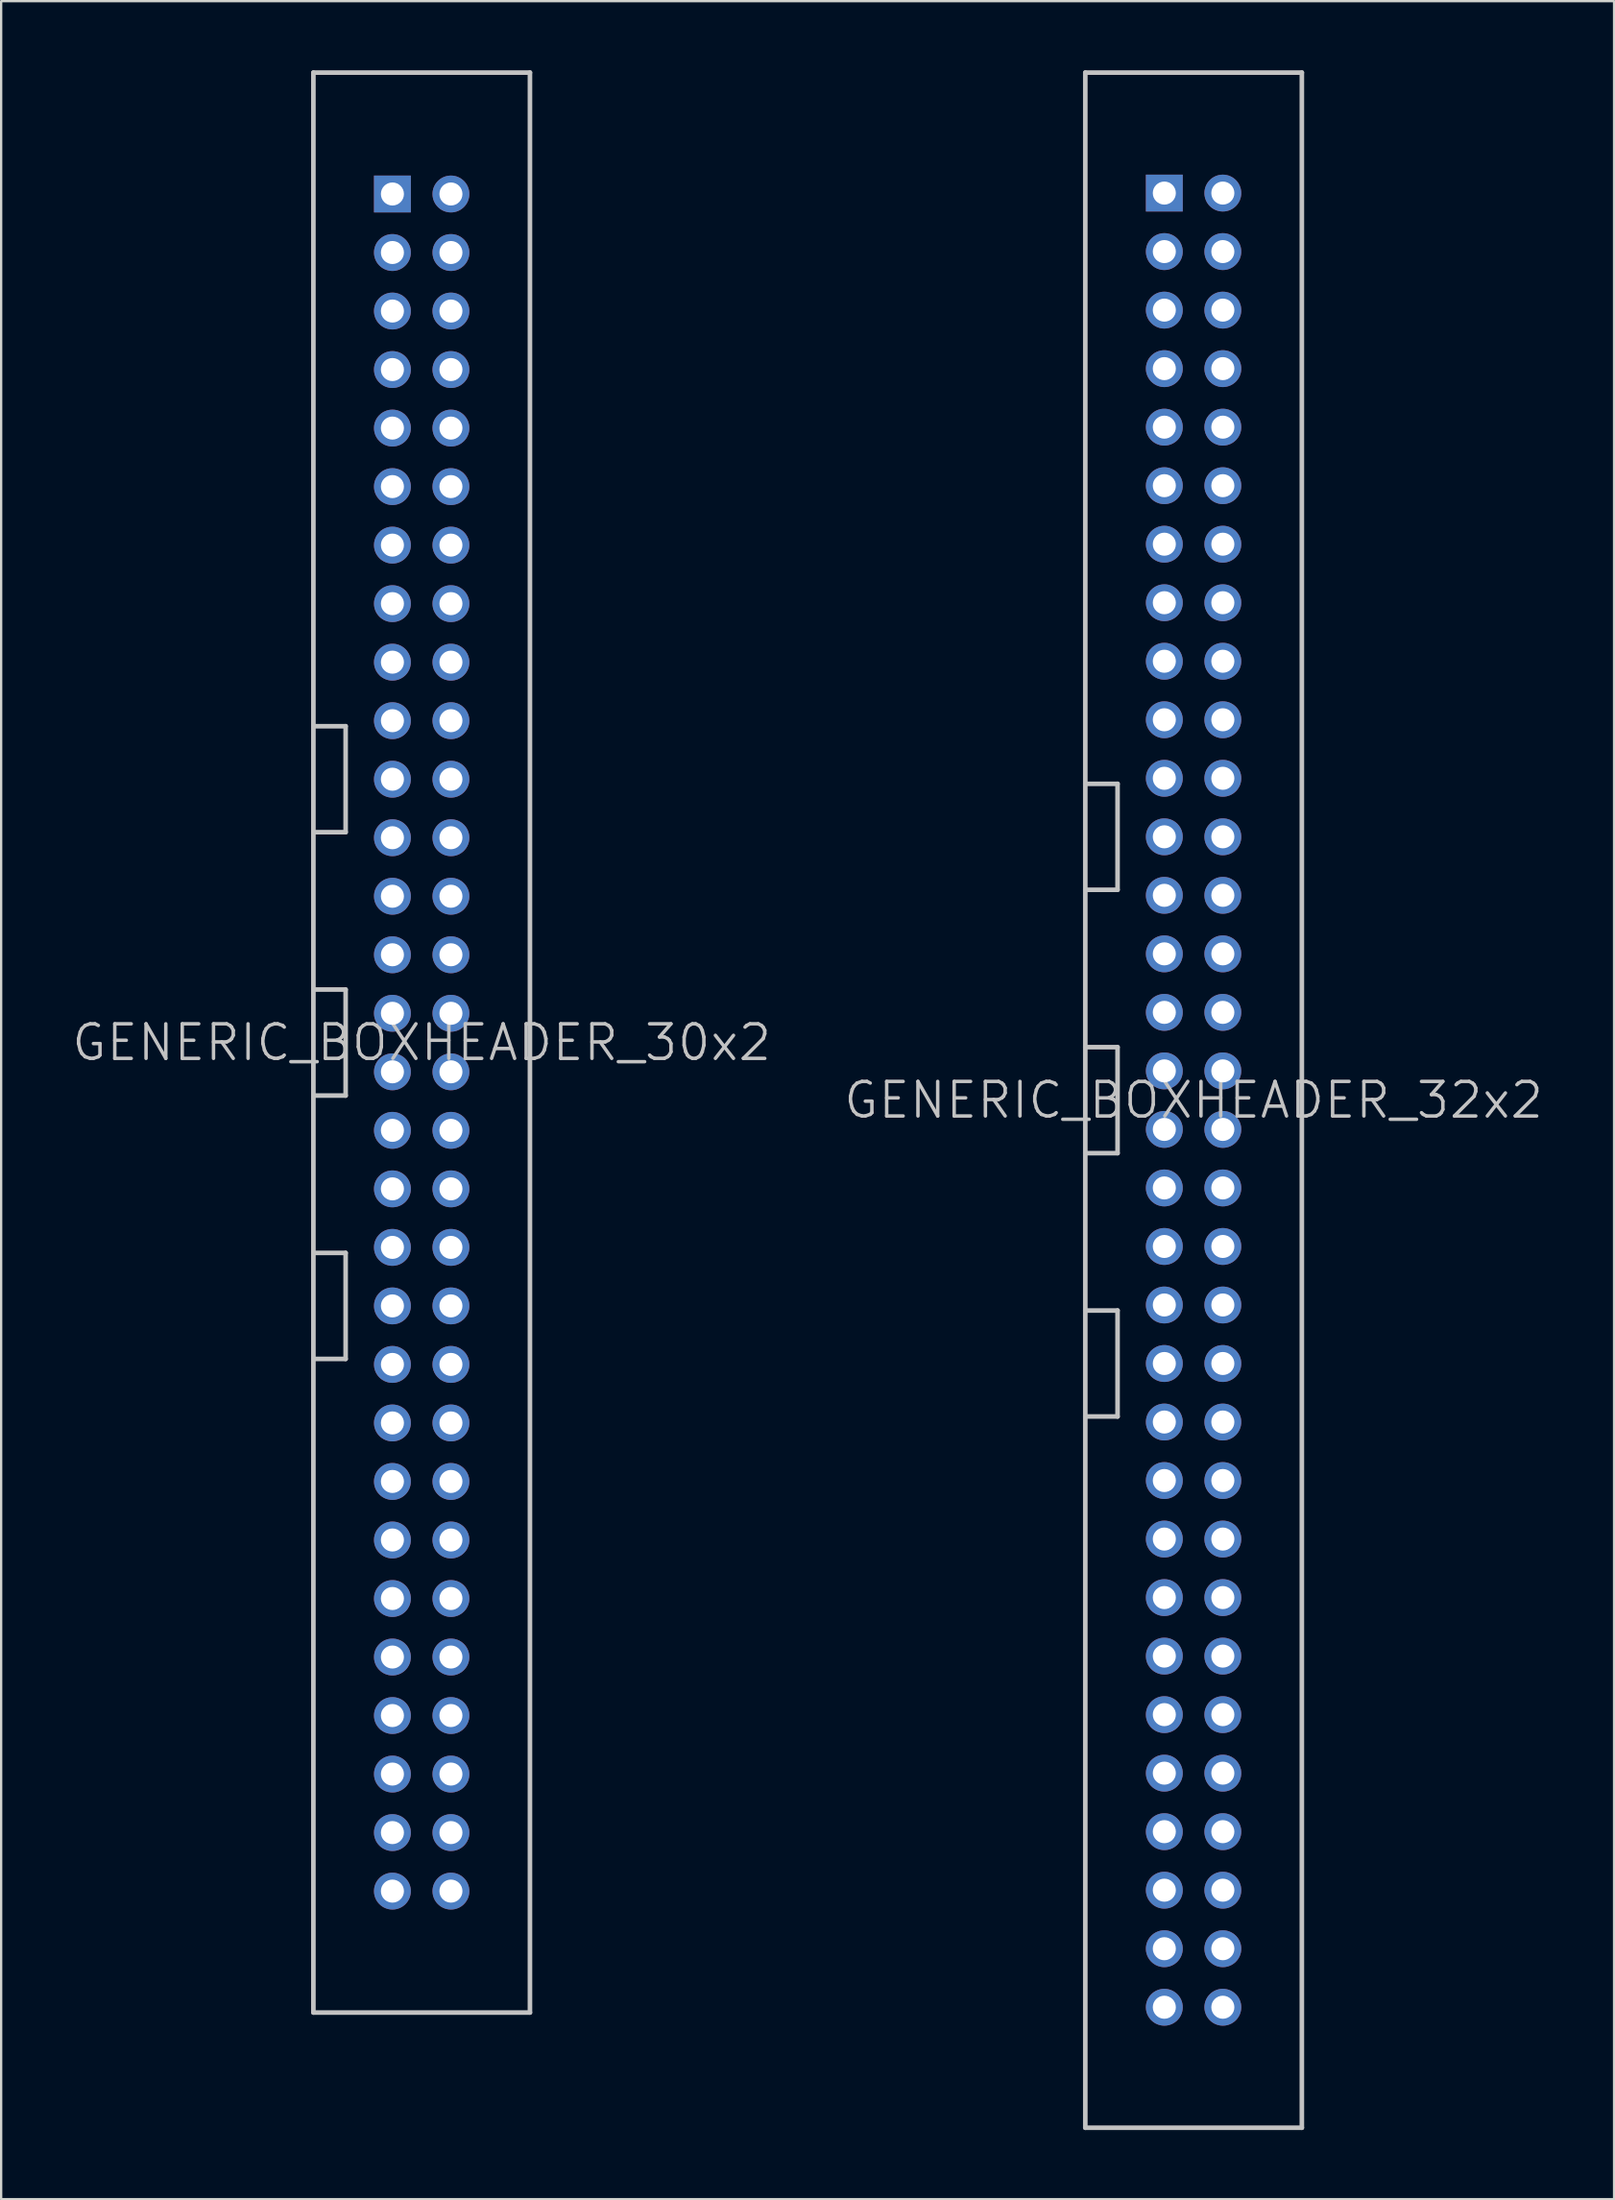
<source format=kicad_pcb>
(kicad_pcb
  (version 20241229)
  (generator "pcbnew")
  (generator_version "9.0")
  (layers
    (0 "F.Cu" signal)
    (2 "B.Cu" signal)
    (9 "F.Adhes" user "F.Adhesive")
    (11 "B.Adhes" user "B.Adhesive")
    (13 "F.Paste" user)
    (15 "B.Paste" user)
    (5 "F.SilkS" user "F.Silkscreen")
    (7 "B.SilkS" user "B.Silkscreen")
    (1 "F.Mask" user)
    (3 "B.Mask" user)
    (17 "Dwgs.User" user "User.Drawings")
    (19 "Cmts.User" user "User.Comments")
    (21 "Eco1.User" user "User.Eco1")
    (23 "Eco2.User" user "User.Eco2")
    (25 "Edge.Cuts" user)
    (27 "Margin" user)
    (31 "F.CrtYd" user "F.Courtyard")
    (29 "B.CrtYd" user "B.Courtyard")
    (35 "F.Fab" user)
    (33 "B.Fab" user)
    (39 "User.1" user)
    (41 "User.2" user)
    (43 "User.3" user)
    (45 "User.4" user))
  (footprint "GENERIC_BOXHEADER_32x2"
    (layer "F.Cu")
    (at 48.761 44.7)
    (property "Reference" "GENERIC_BOXHEADER_32x2" (at 0 0 180) (layer "Dwgs.User") (effects (font (size 1.5 1.5) (thickness 0.15))))
    (attr through_hole)
    (fp_line (start -4.7 -44.6) (end -4.7 44.6) (stroke (width 0.2) (type solid)) (layer "Dwgs.User"))
    (fp_line (start -4.7 -9.13) (end -3.3 -9.13) (stroke (width 0.2) (type solid)) (layer "Dwgs.User"))
    (fp_line (start -4.7 2.3) (end -3.3 2.3) (stroke (width 0.2) (type solid)) (layer "Dwgs.User"))
    (fp_line (start -4.7 13.73) (end -3.3 13.73) (stroke (width 0.2) (type solid)) (layer "Dwgs.User"))
    (fp_line (start -3.3 -13.73) (end -4.7 -13.73) (stroke (width 0.2) (type solid)) (layer "Dwgs.User"))
    (fp_line (start -3.3 -9.13) (end -3.3 -13.73) (stroke (width 0.2) (type solid)) (layer "Dwgs.User"))
    (fp_line (start -3.3 -2.3) (end -4.7 -2.3) (stroke (width 0.2) (type solid)) (layer "Dwgs.User"))
    (fp_line (start -3.3 2.3) (end -3.3 -2.3) (stroke (width 0.2) (type solid)) (layer "Dwgs.User"))
    (fp_line (start -3.3 9.13) (end -4.7 9.13) (stroke (width 0.2) (type solid)) (layer "Dwgs.User"))
    (fp_line (start -3.3 13.73) (end -3.3 9.13) (stroke (width 0.2) (type solid)) (layer "Dwgs.User"))
    (fp_line (start 4.7 -44.6) (end -4.7 -44.6) (stroke (width 0.2) (type solid)) (layer "Dwgs.User"))
    (fp_line (start 4.7 44.6) (end -4.7 44.6) (stroke (width 0.2) (type solid)) (layer "Dwgs.User"))
    (fp_line (start 4.7 44.6) (end 4.7 -44.6) (stroke (width 0.2) (type solid)) (layer "Dwgs.User"))
    (pad "1" thru_hole rect (at -1.27 -39.37) (size 1.6 1.6) (drill 1) (layers "*.Cu" "*.Mask"))
    (pad "2" thru_hole circle (at 1.27 -39.37 270) (size 1.6 1.6) (drill 1) (layers "*.Cu" "*.Mask"))
    (pad "3" thru_hole circle (at -1.27 -36.83 270) (size 1.6 1.6) (drill 1) (layers "*.Cu" "*.Mask"))
    (pad "4" thru_hole circle (at 1.27 -36.83 270) (size 1.6 1.6) (drill 1) (layers "*.Cu" "*.Mask"))
    (pad "5" thru_hole circle (at -1.27 -34.29 270) (size 1.6 1.6) (drill 1) (layers "*.Cu" "*.Mask"))
    (pad "6" thru_hole circle (at 1.27 -34.29 270) (size 1.6 1.6) (drill 1) (layers "*.Cu" "*.Mask"))
    (pad "7" thru_hole circle (at -1.27 -31.75 270) (size 1.6 1.6) (drill 1) (layers "*.Cu" "*.Mask"))
    (pad "8" thru_hole circle (at 1.27 -31.75 270) (size 1.6 1.6) (drill 1) (layers "*.Cu" "*.Mask"))
    (pad "9" thru_hole circle (at -1.27 -29.21 270) (size 1.6 1.6) (drill 1) (layers "*.Cu" "*.Mask"))
    (pad "10" thru_hole circle (at 1.27 -29.21 270) (size 1.6 1.6) (drill 1) (layers "*.Cu" "*.Mask"))
    (pad "11" thru_hole circle (at -1.27 -26.67 270) (size 1.6 1.6) (drill 1) (layers "*.Cu" "*.Mask"))
    (pad "12" thru_hole circle (at 1.27 -26.67 270) (size 1.6 1.6) (drill 1) (layers "*.Cu" "*.Mask"))
    (pad "13" thru_hole circle (at -1.27 -24.13 270) (size 1.6 1.6) (drill 1) (layers "*.Cu" "*.Mask"))
    (pad "14" thru_hole circle (at 1.27 -24.13 270) (size 1.6 1.6) (drill 1) (layers "*.Cu" "*.Mask"))
    (pad "15" thru_hole circle (at -1.27 -21.59 270) (size 1.6 1.6) (drill 1) (layers "*.Cu" "*.Mask"))
    (pad "16" thru_hole circle (at 1.27 -21.59 270) (size 1.6 1.6) (drill 1) (layers "*.Cu" "*.Mask"))
    (pad "17" thru_hole circle (at -1.27 -19.05 270) (size 1.6 1.6) (drill 1) (layers "*.Cu" "*.Mask"))
    (pad "18" thru_hole circle (at 1.27 -19.05 270) (size 1.6 1.6) (drill 1) (layers "*.Cu" "*.Mask"))
    (pad "19" thru_hole circle (at -1.27 -16.51 270) (size 1.6 1.6) (drill 1) (layers "*.Cu" "*.Mask"))
    (pad "20" thru_hole circle (at 1.27 -16.51 270) (size 1.6 1.6) (drill 1) (layers "*.Cu" "*.Mask"))
    (pad "21" thru_hole circle (at -1.27 -13.97 270) (size 1.6 1.6) (drill 1) (layers "*.Cu" "*.Mask"))
    (pad "22" thru_hole circle (at 1.27 -13.97 270) (size 1.6 1.6) (drill 1) (layers "*.Cu" "*.Mask"))
    (pad "23" thru_hole circle (at -1.27 -11.43 270) (size 1.6 1.6) (drill 1) (layers "*.Cu" "*.Mask"))
    (pad "24" thru_hole circle (at 1.27 -11.43 270) (size 1.6 1.6) (drill 1) (layers "*.Cu" "*.Mask"))
    (pad "25" thru_hole circle (at -1.27 -8.89 270) (size 1.6 1.6) (drill 1) (layers "*.Cu" "*.Mask"))
    (pad "26" thru_hole circle (at 1.27 -8.89 270) (size 1.6 1.6) (drill 1) (layers "*.Cu" "*.Mask"))
    (pad "27" thru_hole circle (at -1.27 -6.35 270) (size 1.6 1.6) (drill 1) (layers "*.Cu" "*.Mask"))
    (pad "28" thru_hole circle (at 1.27 -6.35 270) (size 1.6 1.6) (drill 1) (layers "*.Cu" "*.Mask"))
    (pad "29" thru_hole circle (at -1.27 -3.81 270) (size 1.6 1.6) (drill 1) (layers "*.Cu" "*.Mask"))
    (pad "30" thru_hole circle (at 1.27 -3.81 270) (size 1.6 1.6) (drill 1) (layers "*.Cu" "*.Mask"))
    (pad "31" thru_hole circle (at -1.27 -1.27 270) (size 1.6 1.6) (drill 1) (layers "*.Cu" "*.Mask"))
    (pad "32" thru_hole circle (at 1.27 -1.27 270) (size 1.6 1.6) (drill 1) (layers "*.Cu" "*.Mask"))
    (pad "33" thru_hole circle (at -1.27 1.27 270) (size 1.6 1.6) (drill 1) (layers "*.Cu" "*.Mask"))
    (pad "34" thru_hole circle (at 1.27 1.27 270) (size 1.6 1.6) (drill 1) (layers "*.Cu" "*.Mask"))
    (pad "35" thru_hole circle (at -1.27 3.81 270) (size 1.6 1.6) (drill 1) (layers "*.Cu" "*.Mask"))
    (pad "36" thru_hole circle (at 1.27 3.81 270) (size 1.6 1.6) (drill 1) (layers "*.Cu" "*.Mask"))
    (pad "37" thru_hole circle (at -1.27 6.35 270) (size 1.6 1.6) (drill 1) (layers "*.Cu" "*.Mask"))
    (pad "38" thru_hole circle (at 1.27 6.35 270) (size 1.6 1.6) (drill 1) (layers "*.Cu" "*.Mask"))
    (pad "39" thru_hole circle (at -1.27 8.89 270) (size 1.6 1.6) (drill 1) (layers "*.Cu" "*.Mask"))
    (pad "40" thru_hole circle (at 1.27 8.89 270) (size 1.6 1.6) (drill 1) (layers "*.Cu" "*.Mask"))
    (pad "41" thru_hole circle (at -1.27 11.43 270) (size 1.6 1.6) (drill 1) (layers "*.Cu" "*.Mask"))
    (pad "42" thru_hole circle (at 1.27 11.43 270) (size 1.6 1.6) (drill 1) (layers "*.Cu" "*.Mask"))
    (pad "43" thru_hole circle (at -1.27 13.97 270) (size 1.6 1.6) (drill 1) (layers "*.Cu" "*.Mask"))
    (pad "44" thru_hole circle (at 1.27 13.97 270) (size 1.6 1.6) (drill 1) (layers "*.Cu" "*.Mask"))
    (pad "45" thru_hole circle (at -1.27 16.51 270) (size 1.6 1.6) (drill 1) (layers "*.Cu" "*.Mask"))
    (pad "46" thru_hole circle (at 1.27 16.51 270) (size 1.6 1.6) (drill 1) (layers "*.Cu" "*.Mask"))
    (pad "47" thru_hole circle (at -1.27 19.05 270) (size 1.6 1.6) (drill 1) (layers "*.Cu" "*.Mask"))
    (pad "48" thru_hole circle (at 1.27 19.05 270) (size 1.6 1.6) (drill 1) (layers "*.Cu" "*.Mask"))
    (pad "49" thru_hole circle (at -1.27 21.59 270) (size 1.6 1.6) (drill 1) (layers "*.Cu" "*.Mask"))
    (pad "50" thru_hole circle (at 1.27 21.59 270) (size 1.6 1.6) (drill 1) (layers "*.Cu" "*.Mask"))
    (pad "51" thru_hole circle (at -1.27 24.13 270) (size 1.6 1.6) (drill 1) (layers "*.Cu" "*.Mask"))
    (pad "52" thru_hole circle (at 1.27 24.13 270) (size 1.6 1.6) (drill 1) (layers "*.Cu" "*.Mask"))
    (pad "53" thru_hole circle (at -1.27 26.67 270) (size 1.6 1.6) (drill 1) (layers "*.Cu" "*.Mask"))
    (pad "54" thru_hole circle (at 1.27 26.67 270) (size 1.6 1.6) (drill 1) (layers "*.Cu" "*.Mask"))
    (pad "55" thru_hole circle (at -1.27 29.21 270) (size 1.6 1.6) (drill 1) (layers "*.Cu" "*.Mask"))
    (pad "56" thru_hole circle (at 1.27 29.21 270) (size 1.6 1.6) (drill 1) (layers "*.Cu" "*.Mask"))
    (pad "57" thru_hole circle (at -1.27 31.75 270) (size 1.6 1.6) (drill 1) (layers "*.Cu" "*.Mask"))
    (pad "58" thru_hole circle (at 1.27 31.75 270) (size 1.6 1.6) (drill 1) (layers "*.Cu" "*.Mask"))
    (pad "59" thru_hole circle (at -1.27 34.29 270) (size 1.6 1.6) (drill 1) (layers "*.Cu" "*.Mask"))
    (pad "60" thru_hole circle (at 1.27 34.29 270) (size 1.6 1.6) (drill 1) (layers "*.Cu" "*.Mask"))
    (pad "61" thru_hole circle (at -1.27 36.83 270) (size 1.6 1.6) (drill 1) (layers "*.Cu" "*.Mask"))
    (pad "62" thru_hole circle (at 1.27 36.83 270) (size 1.6 1.6) (drill 1) (layers "*.Cu" "*.Mask"))
    (pad "63" thru_hole circle (at -1.27 39.37 270) (size 1.6 1.6) (drill 1) (layers "*.Cu" "*.Mask"))
    (pad "64" thru_hole circle (at 1.27 39.37 270) (size 1.6 1.6) (drill 1) (layers "*.Cu" "*.Mask")))
  (footprint "GENERIC_BOXHEADER_30x2"
    (layer "F.Cu")
    (at 15.254 42.2)
    (property "Reference" "GENERIC_BOXHEADER_30x2" (at 0 0 180) (layer "Dwgs.User") (effects (font (size 1.5 1.5) (thickness 0.15))))
    (attr through_hole)
    (fp_line (start -4.7 -42.1) (end -4.7 42.1) (stroke (width 0.2) (type solid)) (layer "Dwgs.User"))
    (fp_line (start -4.7 -9.13) (end -3.3 -9.13) (stroke (width 0.2) (type solid)) (layer "Dwgs.User"))
    (fp_line (start -4.7 2.3) (end -3.3 2.3) (stroke (width 0.2) (type solid)) (layer "Dwgs.User"))
    (fp_line (start -4.7 13.73) (end -3.3 13.73) (stroke (width 0.2) (type solid)) (layer "Dwgs.User"))
    (fp_line (start -3.3 -13.73) (end -4.7 -13.73) (stroke (width 0.2) (type solid)) (layer "Dwgs.User"))
    (fp_line (start -3.3 -9.13) (end -3.3 -13.73) (stroke (width 0.2) (type solid)) (layer "Dwgs.User"))
    (fp_line (start -3.3 -2.3) (end -4.7 -2.3) (stroke (width 0.2) (type solid)) (layer "Dwgs.User"))
    (fp_line (start -3.3 2.3) (end -3.3 -2.3) (stroke (width 0.2) (type solid)) (layer "Dwgs.User"))
    (fp_line (start -3.3 9.13) (end -4.7 9.13) (stroke (width 0.2) (type solid)) (layer "Dwgs.User"))
    (fp_line (start -3.3 13.73) (end -3.3 9.13) (stroke (width 0.2) (type solid)) (layer "Dwgs.User"))
    (fp_line (start 4.7 -42.1) (end -4.7 -42.1) (stroke (width 0.2) (type solid)) (layer "Dwgs.User"))
    (fp_line (start 4.7 42.1) (end -4.7 42.1) (stroke (width 0.2) (type solid)) (layer "Dwgs.User"))
    (fp_line (start 4.7 42.1) (end 4.7 -42.1) (stroke (width 0.2) (type solid)) (layer "Dwgs.User"))
    (pad "1" thru_hole rect (at -1.27 -36.83) (size 1.6 1.6) (drill 1) (layers "*.Cu" "*.Mask"))
    (pad "2" thru_hole circle (at 1.27 -36.83 270) (size 1.6 1.6) (drill 1) (layers "*.Cu" "*.Mask"))
    (pad "3" thru_hole circle (at -1.27 -34.29 270) (size 1.6 1.6) (drill 1) (layers "*.Cu" "*.Mask"))
    (pad "4" thru_hole circle (at 1.27 -34.29 270) (size 1.6 1.6) (drill 1) (layers "*.Cu" "*.Mask"))
    (pad "5" thru_hole circle (at -1.27 -31.75 270) (size 1.6 1.6) (drill 1) (layers "*.Cu" "*.Mask"))
    (pad "6" thru_hole circle (at 1.27 -31.75 270) (size 1.6 1.6) (drill 1) (layers "*.Cu" "*.Mask"))
    (pad "7" thru_hole circle (at -1.27 -29.21 270) (size 1.6 1.6) (drill 1) (layers "*.Cu" "*.Mask"))
    (pad "8" thru_hole circle (at 1.27 -29.21 270) (size 1.6 1.6) (drill 1) (layers "*.Cu" "*.Mask"))
    (pad "9" thru_hole circle (at -1.27 -26.67 270) (size 1.6 1.6) (drill 1) (layers "*.Cu" "*.Mask"))
    (pad "10" thru_hole circle (at 1.27 -26.67 270) (size 1.6 1.6) (drill 1) (layers "*.Cu" "*.Mask"))
    (pad "11" thru_hole circle (at -1.27 -24.13 270) (size 1.6 1.6) (drill 1) (layers "*.Cu" "*.Mask"))
    (pad "12" thru_hole circle (at 1.27 -24.13 270) (size 1.6 1.6) (drill 1) (layers "*.Cu" "*.Mask"))
    (pad "13" thru_hole circle (at -1.27 -21.59 270) (size 1.6 1.6) (drill 1) (layers "*.Cu" "*.Mask"))
    (pad "14" thru_hole circle (at 1.27 -21.59 270) (size 1.6 1.6) (drill 1) (layers "*.Cu" "*.Mask"))
    (pad "15" thru_hole circle (at -1.27 -19.05 270) (size 1.6 1.6) (drill 1) (layers "*.Cu" "*.Mask"))
    (pad "16" thru_hole circle (at 1.27 -19.05 270) (size 1.6 1.6) (drill 1) (layers "*.Cu" "*.Mask"))
    (pad "17" thru_hole circle (at -1.27 -16.51 270) (size 1.6 1.6) (drill 1) (layers "*.Cu" "*.Mask"))
    (pad "18" thru_hole circle (at 1.27 -16.51 270) (size 1.6 1.6) (drill 1) (layers "*.Cu" "*.Mask"))
    (pad "19" thru_hole circle (at -1.27 -13.97 270) (size 1.6 1.6) (drill 1) (layers "*.Cu" "*.Mask"))
    (pad "20" thru_hole circle (at 1.27 -13.97 270) (size 1.6 1.6) (drill 1) (layers "*.Cu" "*.Mask"))
    (pad "21" thru_hole circle (at -1.27 -11.43 270) (size 1.6 1.6) (drill 1) (layers "*.Cu" "*.Mask"))
    (pad "22" thru_hole circle (at 1.27 -11.43 270) (size 1.6 1.6) (drill 1) (layers "*.Cu" "*.Mask"))
    (pad "23" thru_hole circle (at -1.27 -8.89 270) (size 1.6 1.6) (drill 1) (layers "*.Cu" "*.Mask"))
    (pad "24" thru_hole circle (at 1.27 -8.89 270) (size 1.6 1.6) (drill 1) (layers "*.Cu" "*.Mask"))
    (pad "25" thru_hole circle (at -1.27 -6.35 270) (size 1.6 1.6) (drill 1) (layers "*.Cu" "*.Mask"))
    (pad "26" thru_hole circle (at 1.27 -6.35 270) (size 1.6 1.6) (drill 1) (layers "*.Cu" "*.Mask"))
    (pad "27" thru_hole circle (at -1.27 -3.81 270) (size 1.6 1.6) (drill 1) (layers "*.Cu" "*.Mask"))
    (pad "28" thru_hole circle (at 1.27 -3.81 270) (size 1.6 1.6) (drill 1) (layers "*.Cu" "*.Mask"))
    (pad "29" thru_hole circle (at -1.27 -1.27 270) (size 1.6 1.6) (drill 1) (layers "*.Cu" "*.Mask"))
    (pad "30" thru_hole circle (at 1.27 -1.27 270) (size 1.6 1.6) (drill 1) (layers "*.Cu" "*.Mask"))
    (pad "31" thru_hole circle (at -1.27 1.27 270) (size 1.6 1.6) (drill 1) (layers "*.Cu" "*.Mask"))
    (pad "32" thru_hole circle (at 1.27 1.27 270) (size 1.6 1.6) (drill 1) (layers "*.Cu" "*.Mask"))
    (pad "33" thru_hole circle (at -1.27 3.81 270) (size 1.6 1.6) (drill 1) (layers "*.Cu" "*.Mask"))
    (pad "34" thru_hole circle (at 1.27 3.81 270) (size 1.6 1.6) (drill 1) (layers "*.Cu" "*.Mask"))
    (pad "35" thru_hole circle (at -1.27 6.35 270) (size 1.6 1.6) (drill 1) (layers "*.Cu" "*.Mask"))
    (pad "36" thru_hole circle (at 1.27 6.35 270) (size 1.6 1.6) (drill 1) (layers "*.Cu" "*.Mask"))
    (pad "37" thru_hole circle (at -1.27 8.89 270) (size 1.6 1.6) (drill 1) (layers "*.Cu" "*.Mask"))
    (pad "38" thru_hole circle (at 1.27 8.89 270) (size 1.6 1.6) (drill 1) (layers "*.Cu" "*.Mask"))
    (pad "39" thru_hole circle (at -1.27 11.43 270) (size 1.6 1.6) (drill 1) (layers "*.Cu" "*.Mask"))
    (pad "40" thru_hole circle (at 1.27 11.43 270) (size 1.6 1.6) (drill 1) (layers "*.Cu" "*.Mask"))
    (pad "41" thru_hole circle (at -1.27 13.97 270) (size 1.6 1.6) (drill 1) (layers "*.Cu" "*.Mask"))
    (pad "42" thru_hole circle (at 1.27 13.97 270) (size 1.6 1.6) (drill 1) (layers "*.Cu" "*.Mask"))
    (pad "43" thru_hole circle (at -1.27 16.51 270) (size 1.6 1.6) (drill 1) (layers "*.Cu" "*.Mask"))
    (pad "44" thru_hole circle (at 1.27 16.51 270) (size 1.6 1.6) (drill 1) (layers "*.Cu" "*.Mask"))
    (pad "45" thru_hole circle (at -1.27 19.05 270) (size 1.6 1.6) (drill 1) (layers "*.Cu" "*.Mask"))
    (pad "46" thru_hole circle (at 1.27 19.05 270) (size 1.6 1.6) (drill 1) (layers "*.Cu" "*.Mask"))
    (pad "47" thru_hole circle (at -1.27 21.59 270) (size 1.6 1.6) (drill 1) (layers "*.Cu" "*.Mask"))
    (pad "48" thru_hole circle (at 1.27 21.59 270) (size 1.6 1.6) (drill 1) (layers "*.Cu" "*.Mask"))
    (pad "49" thru_hole circle (at -1.27 24.13 270) (size 1.6 1.6) (drill 1) (layers "*.Cu" "*.Mask"))
    (pad "50" thru_hole circle (at 1.27 24.13 270) (size 1.6 1.6) (drill 1) (layers "*.Cu" "*.Mask"))
    (pad "51" thru_hole circle (at -1.27 26.67 270) (size 1.6 1.6) (drill 1) (layers "*.Cu" "*.Mask"))
    (pad "52" thru_hole circle (at 1.27 26.67 270) (size 1.6 1.6) (drill 1) (layers "*.Cu" "*.Mask"))
    (pad "53" thru_hole circle (at -1.27 29.21 270) (size 1.6 1.6) (drill 1) (layers "*.Cu" "*.Mask"))
    (pad "54" thru_hole circle (at 1.27 29.21 270) (size 1.6 1.6) (drill 1) (layers "*.Cu" "*.Mask"))
    (pad "55" thru_hole circle (at -1.27 31.75 270) (size 1.6 1.6) (drill 1) (layers "*.Cu" "*.Mask"))
    (pad "56" thru_hole circle (at 1.27 31.75 270) (size 1.6 1.6) (drill 1) (layers "*.Cu" "*.Mask"))
    (pad "57" thru_hole circle (at -1.27 34.29 270) (size 1.6 1.6) (drill 1) (layers "*.Cu" "*.Mask"))
    (pad "58" thru_hole circle (at 1.27 34.29 270) (size 1.6 1.6) (drill 1) (layers "*.Cu" "*.Mask"))
    (pad "59" thru_hole circle (at -1.27 36.83 270) (size 1.6 1.6) (drill 1) (layers "*.Cu" "*.Mask"))
    (pad "60" thru_hole circle (at 1.27 36.83 270) (size 1.6 1.6) (drill 1) (layers "*.Cu" "*.Mask")))
  (gr_rect
    (start -3 -3)
    (end 67.014 92.4)
    (stroke (width 0.1) (type default))
    (fill no)
    (layer "Edge.Cuts")))
</source>
